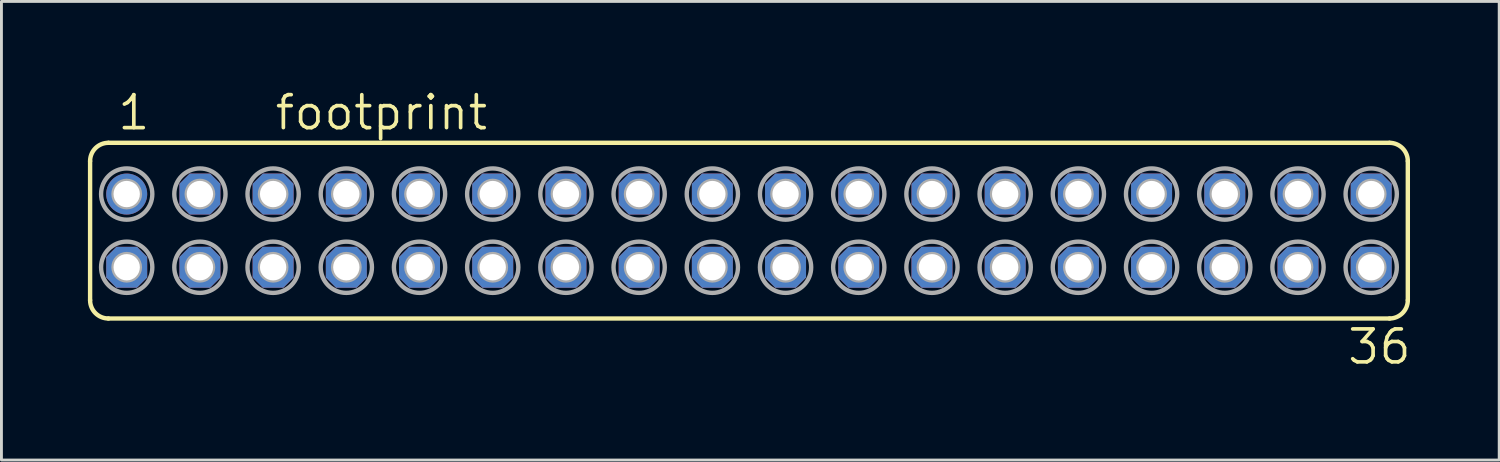
<source format=kicad_pcb>
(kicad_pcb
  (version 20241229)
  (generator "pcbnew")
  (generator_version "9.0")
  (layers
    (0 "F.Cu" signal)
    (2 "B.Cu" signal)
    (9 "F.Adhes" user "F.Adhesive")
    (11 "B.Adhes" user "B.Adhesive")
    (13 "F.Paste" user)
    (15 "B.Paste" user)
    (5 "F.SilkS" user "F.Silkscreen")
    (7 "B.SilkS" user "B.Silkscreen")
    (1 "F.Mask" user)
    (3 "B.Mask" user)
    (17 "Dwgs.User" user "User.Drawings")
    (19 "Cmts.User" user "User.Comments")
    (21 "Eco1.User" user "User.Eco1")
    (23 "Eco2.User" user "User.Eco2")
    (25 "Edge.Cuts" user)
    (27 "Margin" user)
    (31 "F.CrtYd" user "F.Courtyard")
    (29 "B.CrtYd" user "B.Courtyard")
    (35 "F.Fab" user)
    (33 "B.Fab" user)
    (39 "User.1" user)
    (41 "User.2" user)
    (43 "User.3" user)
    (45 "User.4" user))
  (footprint "footprint"
    (layer "F.Cu")
    (at 22.936 4.953)
    (property "Reference" "footprint" (at -16.51 -3.429 0) (layer "F.SilkS") (effects (font (size 1.143 1.143) (thickness 0.127)) (justify left bottom)))
    (fp_line (start -22.86 2.413) (end -22.86 -2.413) (stroke (width 0.152) (type solid)) (layer "F.SilkS"))
    (fp_line (start -22.225 -3.048) (end 22.225 -3.048) (stroke (width 0.152) (type solid)) (layer "F.SilkS"))
    (fp_line (start -22.225 3.048) (end 22.225 3.048) (stroke (width 0.152) (type solid)) (layer "F.SilkS"))
    (fp_line (start 22.86 2.413) (end 22.86 -2.413) (stroke (width 0.152) (type solid)) (layer "F.SilkS"))
    (fp_arc (start -22.86 -2.413) (mid -22.674013 -2.862013) (end -22.225 -3.048) (stroke (width 0.1524) (type solid)) (layer "F.SilkS"))
    (fp_arc (start -22.225 3.048) (mid -22.674013 2.862013) (end -22.86 2.413) (stroke (width 0.1524) (type solid)) (layer "F.SilkS"))
    (fp_arc (start 22.225 -3.048) (mid 22.674013 -2.862013) (end 22.86 -2.413) (stroke (width 0.1524) (type solid)) (layer "F.SilkS"))
    (fp_arc (start 22.86 2.413) (mid 22.674013 2.862013) (end 22.225 3.048) (stroke (width 0.1524) (type solid)) (layer "F.SilkS"))
    (fp_circle (center -21.59 -1.27) (end -21.463 -1.27) (stroke (width 0.406) (type solid)) (fill no) (layer "F.Fab"))
    (fp_circle (center -21.59 -1.27) (end -20.701 -1.27) (stroke (width 0.152) (type solid)) (fill no) (layer "F.Fab"))
    (fp_circle (center -21.59 1.27) (end -21.463 1.27) (stroke (width 0.406) (type solid)) (fill no) (layer "F.Fab"))
    (fp_circle (center -21.59 1.27) (end -20.701 1.27) (stroke (width 0.152) (type solid)) (fill no) (layer "F.Fab"))
    (fp_circle (center -19.05 -1.27) (end -18.923 -1.27) (stroke (width 0.406) (type solid)) (fill no) (layer "F.Fab"))
    (fp_circle (center -19.05 -1.27) (end -18.161 -1.27) (stroke (width 0.152) (type solid)) (fill no) (layer "F.Fab"))
    (fp_circle (center -19.05 1.27) (end -18.923 1.27) (stroke (width 0.406) (type solid)) (fill no) (layer "F.Fab"))
    (fp_circle (center -19.05 1.27) (end -18.161 1.27) (stroke (width 0.152) (type solid)) (fill no) (layer "F.Fab"))
    (fp_circle (center -16.51 -1.27) (end -16.383 -1.27) (stroke (width 0.406) (type solid)) (fill no) (layer "F.Fab"))
    (fp_circle (center -16.51 -1.27) (end -15.621 -1.27) (stroke (width 0.152) (type solid)) (fill no) (layer "F.Fab"))
    (fp_circle (center -16.51 1.27) (end -16.383 1.27) (stroke (width 0.406) (type solid)) (fill no) (layer "F.Fab"))
    (fp_circle (center -16.51 1.27) (end -15.621 1.27) (stroke (width 0.152) (type solid)) (fill no) (layer "F.Fab"))
    (fp_circle (center -13.97 -1.27) (end -13.843 -1.27) (stroke (width 0.406) (type solid)) (fill no) (layer "F.Fab"))
    (fp_circle (center -13.97 -1.27) (end -13.081 -1.27) (stroke (width 0.152) (type solid)) (fill no) (layer "F.Fab"))
    (fp_circle (center -13.97 1.27) (end -13.843 1.27) (stroke (width 0.406) (type solid)) (fill no) (layer "F.Fab"))
    (fp_circle (center -13.97 1.27) (end -13.081 1.27) (stroke (width 0.152) (type solid)) (fill no) (layer "F.Fab"))
    (fp_circle (center -11.43 -1.27) (end -11.303 -1.27) (stroke (width 0.406) (type solid)) (fill no) (layer "F.Fab"))
    (fp_circle (center -11.43 -1.27) (end -10.541 -1.27) (stroke (width 0.152) (type solid)) (fill no) (layer "F.Fab"))
    (fp_circle (center -11.43 1.27) (end -11.303 1.27) (stroke (width 0.406) (type solid)) (fill no) (layer "F.Fab"))
    (fp_circle (center -11.43 1.27) (end -10.541 1.27) (stroke (width 0.152) (type solid)) (fill no) (layer "F.Fab"))
    (fp_circle (center -8.89 -1.27) (end -8.763 -1.27) (stroke (width 0.406) (type solid)) (fill no) (layer "F.Fab"))
    (fp_circle (center -8.89 -1.27) (end -8.001 -1.27) (stroke (width 0.152) (type solid)) (fill no) (layer "F.Fab"))
    (fp_circle (center -8.89 1.27) (end -8.763 1.27) (stroke (width 0.406) (type solid)) (fill no) (layer "F.Fab"))
    (fp_circle (center -8.89 1.27) (end -8.001 1.27) (stroke (width 0.152) (type solid)) (fill no) (layer "F.Fab"))
    (fp_circle (center -6.35 -1.27) (end -6.223 -1.27) (stroke (width 0.406) (type solid)) (fill no) (layer "F.Fab"))
    (fp_circle (center -6.35 -1.27) (end -5.461 -1.27) (stroke (width 0.152) (type solid)) (fill no) (layer "F.Fab"))
    (fp_circle (center -6.35 1.27) (end -6.223 1.27) (stroke (width 0.406) (type solid)) (fill no) (layer "F.Fab"))
    (fp_circle (center -6.35 1.27) (end -5.461 1.27) (stroke (width 0.152) (type solid)) (fill no) (layer "F.Fab"))
    (fp_circle (center -3.81 -1.27) (end -3.683 -1.27) (stroke (width 0.406) (type solid)) (fill no) (layer "F.Fab"))
    (fp_circle (center -3.81 -1.27) (end -2.921 -1.27) (stroke (width 0.152) (type solid)) (fill no) (layer "F.Fab"))
    (fp_circle (center -3.81 1.27) (end -3.683 1.27) (stroke (width 0.406) (type solid)) (fill no) (layer "F.Fab"))
    (fp_circle (center -3.81 1.27) (end -2.921 1.27) (stroke (width 0.152) (type solid)) (fill no) (layer "F.Fab"))
    (fp_circle (center -1.27 -1.27) (end -1.143 -1.27) (stroke (width 0.406) (type solid)) (fill no) (layer "F.Fab"))
    (fp_circle (center -1.27 -1.27) (end -0.381 -1.27) (stroke (width 0.152) (type solid)) (fill no) (layer "F.Fab"))
    (fp_circle (center -1.27 1.27) (end -1.143 1.27) (stroke (width 0.406) (type solid)) (fill no) (layer "F.Fab"))
    (fp_circle (center -1.27 1.27) (end -0.381 1.27) (stroke (width 0.152) (type solid)) (fill no) (layer "F.Fab"))
    (fp_circle (center 1.27 -1.27) (end 1.397 -1.27) (stroke (width 0.406) (type solid)) (fill no) (layer "F.Fab"))
    (fp_circle (center 1.27 -1.27) (end 2.159 -1.27) (stroke (width 0.152) (type solid)) (fill no) (layer "F.Fab"))
    (fp_circle (center 1.27 1.27) (end 1.397 1.27) (stroke (width 0.406) (type solid)) (fill no) (layer "F.Fab"))
    (fp_circle (center 1.27 1.27) (end 2.159 1.27) (stroke (width 0.152) (type solid)) (fill no) (layer "F.Fab"))
    (fp_circle (center 3.81 -1.27) (end 3.937 -1.27) (stroke (width 0.406) (type solid)) (fill no) (layer "F.Fab"))
    (fp_circle (center 3.81 -1.27) (end 4.699 -1.27) (stroke (width 0.152) (type solid)) (fill no) (layer "F.Fab"))
    (fp_circle (center 3.81 1.27) (end 3.937 1.27) (stroke (width 0.406) (type solid)) (fill no) (layer "F.Fab"))
    (fp_circle (center 3.81 1.27) (end 4.699 1.27) (stroke (width 0.152) (type solid)) (fill no) (layer "F.Fab"))
    (fp_circle (center 6.35 -1.27) (end 6.477 -1.27) (stroke (width 0.406) (type solid)) (fill no) (layer "F.Fab"))
    (fp_circle (center 6.35 -1.27) (end 7.239 -1.27) (stroke (width 0.152) (type solid)) (fill no) (layer "F.Fab"))
    (fp_circle (center 6.35 1.27) (end 6.477 1.27) (stroke (width 0.406) (type solid)) (fill no) (layer "F.Fab"))
    (fp_circle (center 6.35 1.27) (end 7.239 1.27) (stroke (width 0.152) (type solid)) (fill no) (layer "F.Fab"))
    (fp_circle (center 8.89 -1.27) (end 9.017 -1.27) (stroke (width 0.406) (type solid)) (fill no) (layer "F.Fab"))
    (fp_circle (center 8.89 -1.27) (end 9.779 -1.27) (stroke (width 0.152) (type solid)) (fill no) (layer "F.Fab"))
    (fp_circle (center 8.89 1.27) (end 9.017 1.27) (stroke (width 0.406) (type solid)) (fill no) (layer "F.Fab"))
    (fp_circle (center 8.89 1.27) (end 9.779 1.27) (stroke (width 0.152) (type solid)) (fill no) (layer "F.Fab"))
    (fp_circle (center 11.43 -1.27) (end 11.557 -1.27) (stroke (width 0.406) (type solid)) (fill no) (layer "F.Fab"))
    (fp_circle (center 11.43 -1.27) (end 12.319 -1.27) (stroke (width 0.152) (type solid)) (fill no) (layer "F.Fab"))
    (fp_circle (center 11.43 1.27) (end 11.557 1.27) (stroke (width 0.406) (type solid)) (fill no) (layer "F.Fab"))
    (fp_circle (center 11.43 1.27) (end 12.319 1.27) (stroke (width 0.152) (type solid)) (fill no) (layer "F.Fab"))
    (fp_circle (center 13.97 -1.27) (end 14.097 -1.27) (stroke (width 0.406) (type solid)) (fill no) (layer "F.Fab"))
    (fp_circle (center 13.97 -1.27) (end 14.859 -1.27) (stroke (width 0.152) (type solid)) (fill no) (layer "F.Fab"))
    (fp_circle (center 13.97 1.27) (end 14.097 1.27) (stroke (width 0.406) (type solid)) (fill no) (layer "F.Fab"))
    (fp_circle (center 13.97 1.27) (end 14.859 1.27) (stroke (width 0.152) (type solid)) (fill no) (layer "F.Fab"))
    (fp_circle (center 16.51 -1.27) (end 16.637 -1.27) (stroke (width 0.406) (type solid)) (fill no) (layer "F.Fab"))
    (fp_circle (center 16.51 -1.27) (end 17.399 -1.27) (stroke (width 0.152) (type solid)) (fill no) (layer "F.Fab"))
    (fp_circle (center 16.51 1.27) (end 16.637 1.27) (stroke (width 0.406) (type solid)) (fill no) (layer "F.Fab"))
    (fp_circle (center 16.51 1.27) (end 17.399 1.27) (stroke (width 0.152) (type solid)) (fill no) (layer "F.Fab"))
    (fp_circle (center 19.05 -1.27) (end 19.177 -1.27) (stroke (width 0.406) (type solid)) (fill no) (layer "F.Fab"))
    (fp_circle (center 19.05 -1.27) (end 19.939 -1.27) (stroke (width 0.152) (type solid)) (fill no) (layer "F.Fab"))
    (fp_circle (center 19.05 1.27) (end 19.177 1.27) (stroke (width 0.406) (type solid)) (fill no) (layer "F.Fab"))
    (fp_circle (center 19.05 1.27) (end 19.939 1.27) (stroke (width 0.152) (type solid)) (fill no) (layer "F.Fab"))
    (fp_circle (center 21.59 -1.27) (end 21.717 -1.27) (stroke (width 0.406) (type solid)) (fill no) (layer "F.Fab"))
    (fp_circle (center 21.59 -1.27) (end 22.479 -1.27) (stroke (width 0.152) (type solid)) (fill no) (layer "F.Fab"))
    (fp_circle (center 21.59 1.27) (end 21.717 1.27) (stroke (width 0.406) (type solid)) (fill no) (layer "F.Fab"))
    (fp_circle (center 21.59 1.27) (end 22.479 1.27) (stroke (width 0.152) (type solid)) (fill no) (layer "F.Fab"))
    (fp_text user "1" (at -21.971 -3.429 0) (layer "F.SilkS") (effects (font (size 1.143 1.143) (thickness 0.127)) (justify left bottom)))
    (fp_text user "36" (at 20.701 4.699 0) (layer "F.SilkS") (effects (font (size 1.143 1.143) (thickness 0.127)) (justify left bottom)))
    (pad "1" thru_hole circle (at -21.59 -1.27) (size 1.422 1.422) (drill 0.914) (layers "*.Cu" "*.Mask"))
    (pad "2" thru_hole roundrect (at -21.59 1.27) (size 1.422 1.422) (drill 0.914) (layers "*.Cu" "*.Mask") (roundrect_rratio 0.25) (chamfer_ratio 0.25) (chamfer top_left top_right bottom_left bottom_right))
    (pad "3" thru_hole roundrect (at -19.05 -1.27) (size 1.422 1.422) (drill 0.914) (layers "*.Cu" "*.Mask") (roundrect_rratio 0.25) (chamfer_ratio 0.25) (chamfer top_left top_right bottom_left bottom_right))
    (pad "4" thru_hole roundrect (at -19.05 1.27) (size 1.422 1.422) (drill 0.914) (layers "*.Cu" "*.Mask") (roundrect_rratio 0.25) (chamfer_ratio 0.25) (chamfer top_left top_right bottom_left bottom_right))
    (pad "5" thru_hole roundrect (at -16.51 -1.27) (size 1.422 1.422) (drill 0.914) (layers "*.Cu" "*.Mask") (roundrect_rratio 0.25) (chamfer_ratio 0.25) (chamfer top_left top_right bottom_left bottom_right))
    (pad "6" thru_hole roundrect (at -16.51 1.27) (size 1.422 1.422) (drill 0.914) (layers "*.Cu" "*.Mask") (roundrect_rratio 0.25) (chamfer_ratio 0.25) (chamfer top_left top_right bottom_left bottom_right))
    (pad "7" thru_hole roundrect (at -13.97 -1.27) (size 1.422 1.422) (drill 0.914) (layers "*.Cu" "*.Mask") (roundrect_rratio 0.25) (chamfer_ratio 0.25) (chamfer top_left top_right bottom_left bottom_right))
    (pad "8" thru_hole roundrect (at -13.97 1.27) (size 1.422 1.422) (drill 0.914) (layers "*.Cu" "*.Mask") (roundrect_rratio 0.25) (chamfer_ratio 0.25) (chamfer top_left top_right bottom_left bottom_right))
    (pad "9" thru_hole roundrect (at -11.43 -1.27) (size 1.422 1.422) (drill 0.914) (layers "*.Cu" "*.Mask") (roundrect_rratio 0.25) (chamfer_ratio 0.25) (chamfer top_left top_right bottom_left bottom_right))
    (pad "10" thru_hole roundrect (at -11.43 1.27) (size 1.422 1.422) (drill 0.914) (layers "*.Cu" "*.Mask") (roundrect_rratio 0.25) (chamfer_ratio 0.25) (chamfer top_left top_right bottom_left bottom_right))
    (pad "11" thru_hole roundrect (at -8.89 -1.27) (size 1.422 1.422) (drill 0.914) (layers "*.Cu" "*.Mask") (roundrect_rratio 0.25) (chamfer_ratio 0.25) (chamfer top_left top_right bottom_left bottom_right))
    (pad "12" thru_hole roundrect (at -8.89 1.27) (size 1.422 1.422) (drill 0.914) (layers "*.Cu" "*.Mask") (roundrect_rratio 0.25) (chamfer_ratio 0.25) (chamfer top_left top_right bottom_left bottom_right))
    (pad "13" thru_hole roundrect (at -6.35 -1.27) (size 1.422 1.422) (drill 0.914) (layers "*.Cu" "*.Mask") (roundrect_rratio 0.25) (chamfer_ratio 0.25) (chamfer top_left top_right bottom_left bottom_right))
    (pad "14" thru_hole roundrect (at -6.35 1.27) (size 1.422 1.422) (drill 0.914) (layers "*.Cu" "*.Mask") (roundrect_rratio 0.25) (chamfer_ratio 0.25) (chamfer top_left top_right bottom_left bottom_right))
    (pad "15" thru_hole roundrect (at -3.81 -1.27) (size 1.422 1.422) (drill 0.914) (layers "*.Cu" "*.Mask") (roundrect_rratio 0.25) (chamfer_ratio 0.25) (chamfer top_left top_right bottom_left bottom_right))
    (pad "16" thru_hole roundrect (at -3.81 1.27) (size 1.422 1.422) (drill 0.914) (layers "*.Cu" "*.Mask") (roundrect_rratio 0.25) (chamfer_ratio 0.25) (chamfer top_left top_right bottom_left bottom_right))
    (pad "17" thru_hole roundrect (at -1.27 -1.27) (size 1.422 1.422) (drill 0.914) (layers "*.Cu" "*.Mask") (roundrect_rratio 0.25) (chamfer_ratio 0.25) (chamfer top_left top_right bottom_left bottom_right))
    (pad "18" thru_hole roundrect (at -1.27 1.27) (size 1.422 1.422) (drill 0.914) (layers "*.Cu" "*.Mask") (roundrect_rratio 0.25) (chamfer_ratio 0.25) (chamfer top_left top_right bottom_left bottom_right))
    (pad "19" thru_hole roundrect (at 1.27 -1.27) (size 1.422 1.422) (drill 0.914) (layers "*.Cu" "*.Mask") (roundrect_rratio 0.25) (chamfer_ratio 0.25) (chamfer top_left top_right bottom_left bottom_right))
    (pad "20" thru_hole roundrect (at 1.27 1.27) (size 1.422 1.422) (drill 0.914) (layers "*.Cu" "*.Mask") (roundrect_rratio 0.25) (chamfer_ratio 0.25) (chamfer top_left top_right bottom_left bottom_right))
    (pad "21" thru_hole roundrect (at 3.81 -1.27) (size 1.422 1.422) (drill 0.914) (layers "*.Cu" "*.Mask") (roundrect_rratio 0.25) (chamfer_ratio 0.25) (chamfer top_left top_right bottom_left bottom_right))
    (pad "22" thru_hole roundrect (at 3.81 1.27) (size 1.422 1.422) (drill 0.914) (layers "*.Cu" "*.Mask") (roundrect_rratio 0.25) (chamfer_ratio 0.25) (chamfer top_left top_right bottom_left bottom_right))
    (pad "23" thru_hole roundrect (at 6.35 -1.27) (size 1.422 1.422) (drill 0.914) (layers "*.Cu" "*.Mask") (roundrect_rratio 0.25) (chamfer_ratio 0.25) (chamfer top_left top_right bottom_left bottom_right))
    (pad "24" thru_hole roundrect (at 6.35 1.27) (size 1.422 1.422) (drill 0.914) (layers "*.Cu" "*.Mask") (roundrect_rratio 0.25) (chamfer_ratio 0.25) (chamfer top_left top_right bottom_left bottom_right))
    (pad "25" thru_hole roundrect (at 8.89 -1.27) (size 1.422 1.422) (drill 0.914) (layers "*.Cu" "*.Mask") (roundrect_rratio 0.25) (chamfer_ratio 0.25) (chamfer top_left top_right bottom_left bottom_right))
    (pad "26" thru_hole roundrect (at 8.89 1.27) (size 1.422 1.422) (drill 0.914) (layers "*.Cu" "*.Mask") (roundrect_rratio 0.25) (chamfer_ratio 0.25) (chamfer top_left top_right bottom_left bottom_right))
    (pad "27" thru_hole roundrect (at 11.43 -1.27) (size 1.422 1.422) (drill 0.914) (layers "*.Cu" "*.Mask") (roundrect_rratio 0.25) (chamfer_ratio 0.25) (chamfer top_left top_right bottom_left bottom_right))
    (pad "28" thru_hole roundrect (at 11.43 1.27) (size 1.422 1.422) (drill 0.914) (layers "*.Cu" "*.Mask") (roundrect_rratio 0.25) (chamfer_ratio 0.25) (chamfer top_left top_right bottom_left bottom_right))
    (pad "29" thru_hole roundrect (at 13.97 -1.27) (size 1.422 1.422) (drill 0.914) (layers "*.Cu" "*.Mask") (roundrect_rratio 0.25) (chamfer_ratio 0.25) (chamfer top_left top_right bottom_left bottom_right))
    (pad "30" thru_hole roundrect (at 13.97 1.27) (size 1.422 1.422) (drill 0.914) (layers "*.Cu" "*.Mask") (roundrect_rratio 0.25) (chamfer_ratio 0.25) (chamfer top_left top_right bottom_left bottom_right))
    (pad "31" thru_hole roundrect (at 16.51 -1.27) (size 1.422 1.422) (drill 0.914) (layers "*.Cu" "*.Mask") (roundrect_rratio 0.25) (chamfer_ratio 0.25) (chamfer top_left top_right bottom_left bottom_right))
    (pad "32" thru_hole roundrect (at 16.51 1.27) (size 1.422 1.422) (drill 0.914) (layers "*.Cu" "*.Mask") (roundrect_rratio 0.25) (chamfer_ratio 0.25) (chamfer top_left top_right bottom_left bottom_right))
    (pad "33" thru_hole roundrect (at 19.05 -1.27) (size 1.422 1.422) (drill 0.914) (layers "*.Cu" "*.Mask") (roundrect_rratio 0.25) (chamfer_ratio 0.25) (chamfer top_left top_right bottom_left bottom_right))
    (pad "34" thru_hole roundrect (at 19.05 1.27) (size 1.422 1.422) (drill 0.914) (layers "*.Cu" "*.Mask") (roundrect_rratio 0.25) (chamfer_ratio 0.25) (chamfer top_left top_right bottom_left bottom_right))
    (pad "35" thru_hole roundrect (at 21.59 -1.27) (size 1.422 1.422) (drill 0.914) (layers "*.Cu" "*.Mask") (roundrect_rratio 0.25) (chamfer_ratio 0.25) (chamfer top_left top_right bottom_left bottom_right))
    (pad "36" thru_hole roundrect (at 21.59 1.27) (size 1.422 1.422) (drill 0.914) (layers "*.Cu" "*.Mask") (roundrect_rratio 0.25) (chamfer_ratio 0.25) (chamfer top_left top_right bottom_left bottom_right)))
  (gr_rect
    (start -3 -3)
    (end 48.967 12.911)
    (stroke (width 0.1) (type default))
    (fill no)
    (layer "Edge.Cuts")))
</source>
